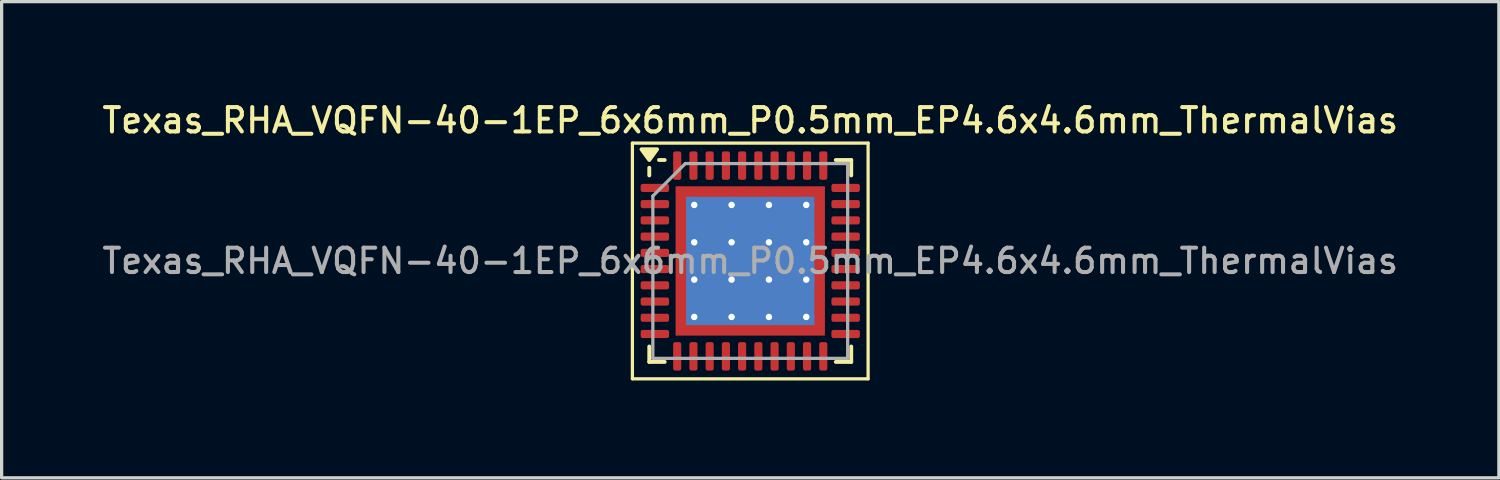
<source format=kicad_pcb>
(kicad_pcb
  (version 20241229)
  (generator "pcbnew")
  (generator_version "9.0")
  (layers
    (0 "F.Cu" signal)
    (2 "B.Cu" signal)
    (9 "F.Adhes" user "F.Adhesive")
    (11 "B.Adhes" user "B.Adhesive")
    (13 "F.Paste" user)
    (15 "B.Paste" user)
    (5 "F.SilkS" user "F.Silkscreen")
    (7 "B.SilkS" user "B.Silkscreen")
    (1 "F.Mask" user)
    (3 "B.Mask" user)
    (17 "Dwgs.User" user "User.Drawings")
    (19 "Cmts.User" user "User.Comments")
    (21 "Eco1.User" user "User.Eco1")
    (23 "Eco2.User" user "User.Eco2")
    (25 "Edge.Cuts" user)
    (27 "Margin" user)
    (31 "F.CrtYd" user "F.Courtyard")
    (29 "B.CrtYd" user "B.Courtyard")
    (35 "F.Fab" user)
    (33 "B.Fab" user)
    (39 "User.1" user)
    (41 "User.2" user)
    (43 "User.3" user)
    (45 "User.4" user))
  (footprint "Texas_RHA_VQFN-40-1EP_6x6mm_P0.5mm_EP4.6x4.6mm_ThermalVias"
    (layer "F.Cu")
    (at 20.059 4.988)
    (property "Reference" "Texas_RHA_VQFN-40-1EP_6x6mm_P0.5mm_EP4.6x4.6mm_ThermalVias" (at 0 -4.33 0) (layer "F.SilkS") (effects (font (size 0.75 0.75) (thickness 0.125))))
    (attr smd)
    (fp_line (start -3.63 -3.63) (end -3.63 3.63) (stroke (width 0.1) (type solid)) (layer "F.SilkS"))
    (fp_line (start -3.63 3.63) (end 3.63 3.63) (stroke (width 0.1) (type solid)) (layer "F.SilkS"))
    (fp_line (start -3.11 -2.635) (end -3.11 -2.87) (stroke (width 0.12) (type solid)) (layer "F.SilkS"))
    (fp_line (start -3.11 3.11) (end -3.11 2.635) (stroke (width 0.12) (type solid)) (layer "F.SilkS"))
    (fp_line (start -2.635 -3.11) (end -2.81 -3.11) (stroke (width 0.12) (type solid)) (layer "F.SilkS"))
    (fp_line (start -2.635 3.11) (end -3.11 3.11) (stroke (width 0.12) (type solid)) (layer "F.SilkS"))
    (fp_line (start 2.635 -3.11) (end 3.11 -3.11) (stroke (width 0.12) (type solid)) (layer "F.SilkS"))
    (fp_line (start 2.635 3.11) (end 3.11 3.11) (stroke (width 0.12) (type solid)) (layer "F.SilkS"))
    (fp_line (start 3.11 -3.11) (end 3.11 -2.635) (stroke (width 0.12) (type solid)) (layer "F.SilkS"))
    (fp_line (start 3.11 3.11) (end 3.11 2.635) (stroke (width 0.12) (type solid)) (layer "F.SilkS"))
    (fp_line (start 3.63 -3.63) (end -3.63 -3.63) (stroke (width 0.1) (type solid)) (layer "F.SilkS"))
    (fp_line (start 3.63 3.63) (end 3.63 -3.63) (stroke (width 0.1) (type solid)) (layer "F.SilkS"))
    (fp_poly (pts (xy -3.11 -3.11) (xy -3.35 -3.44) (xy -2.87 -3.44) (xy -3.11 -3.11)) (stroke (width 0.12) (type solid)) (fill yes) (layer "F.SilkS"))
    (fp_line (start -3 -2) (end -2 -3) (stroke (width 0.1) (type solid)) (layer "F.Fab"))
    (fp_line (start -3 3) (end -3 -2) (stroke (width 0.1) (type solid)) (layer "F.Fab"))
    (fp_line (start -2 -3) (end 3 -3) (stroke (width 0.1) (type solid)) (layer "F.Fab"))
    (fp_line (start 3 -3) (end 3 3) (stroke (width 0.1) (type solid)) (layer "F.Fab"))
    (fp_line (start 3 3) (end -3 3) (stroke (width 0.1) (type solid)) (layer "F.Fab"))
    (fp_text user "${REFERENCE}" (at 0 0 0) (layer "F.Fab") (effects (font (size 0.75 0.75) (thickness 0.125))))
    (pad "" smd custom (at -2.013 -2.013) (size 0.342 0.342) (layers "F.Paste") (options (anchor circle)) (primitives (gr_poly (pts (xy -0.116 -0.116) (xy 0.116 -0.116) (xy 0.116 0.012) (xy 0.012 0.116) (xy -0.116 0.116)) (width 0.232) (fill yes))))
    (pad "" smd custom (at -2.013 -1.15) (size 0.382 0.382) (layers "F.Paste") (options (anchor circle)) (primitives (gr_poly (pts (xy -0.15 -0.382) (xy 0.082 -0.382) (xy 0.15 -0.314) (xy 0.15 0.314) (xy 0.082 0.382) (xy -0.15 0.382)) (width 0.164) (fill yes))))
    (pad "" smd custom (at -2.013 0) (size 0.382 0.382) (layers "F.Paste") (options (anchor circle)) (primitives (gr_poly (pts (xy -0.15 -0.382) (xy 0.082 -0.382) (xy 0.15 -0.314) (xy 0.15 0.314) (xy 0.082 0.382) (xy -0.15 0.382)) (width 0.164) (fill yes))))
    (pad "" smd custom (at -2.013 1.15) (size 0.382 0.382) (layers "F.Paste") (options (anchor circle)) (primitives (gr_poly (pts (xy -0.15 -0.382) (xy 0.082 -0.382) (xy 0.15 -0.314) (xy 0.15 0.314) (xy 0.082 0.382) (xy -0.15 0.382)) (width 0.164) (fill yes))))
    (pad "" smd custom (at -2.013 2.013) (size 0.342 0.342) (layers "F.Paste") (options (anchor circle)) (primitives (gr_poly (pts (xy -0.116 -0.116) (xy 0.012 -0.116) (xy 0.116 -0.012) (xy 0.116 0.116) (xy -0.116 0.116)) (width 0.232) (fill yes))))
    (pad "" smd custom (at -1.15 -2.013) (size 0.382 0.382) (layers "F.Paste") (options (anchor circle)) (primitives (gr_poly (pts (xy -0.382 -0.15) (xy 0.382 -0.15) (xy 0.382 0.082) (xy 0.314 0.15) (xy -0.314 0.15) (xy -0.382 0.082)) (width 0.164) (fill yes))))
    (pad "" smd roundrect (at -1.15 -1.15) (size 0.927 0.927) (layers "F.Paste") (roundrect_rratio 0.25))
    (pad "" smd roundrect (at -1.15 0) (size 0.927 0.927) (layers "F.Paste") (roundrect_rratio 0.25))
    (pad "" smd roundrect (at -1.15 1.15) (size 0.927 0.927) (layers "F.Paste") (roundrect_rratio 0.25))
    (pad "" smd custom (at -1.15 2.013) (size 0.382 0.382) (layers "F.Paste") (options (anchor circle)) (primitives (gr_poly (pts (xy -0.382 -0.082) (xy -0.314 -0.15) (xy 0.314 -0.15) (xy 0.382 -0.082) (xy 0.382 0.15) (xy -0.382 0.15)) (width 0.164) (fill yes))))
    (pad "" smd custom (at 0 -2.013) (size 0.382 0.382) (layers "F.Paste") (options (anchor circle)) (primitives (gr_poly (pts (xy -0.382 -0.15) (xy 0.382 -0.15) (xy 0.382 0.082) (xy 0.314 0.15) (xy -0.314 0.15) (xy -0.382 0.082)) (width 0.164) (fill yes))))
    (pad "" smd roundrect (at 0 -1.15) (size 0.927 0.927) (layers "F.Paste") (roundrect_rratio 0.25))
    (pad "" smd roundrect (at 0 0) (size 0.927 0.927) (layers "F.Paste") (roundrect_rratio 0.25))
    (pad "" smd roundrect (at 0 1.15) (size 0.927 0.927) (layers "F.Paste") (roundrect_rratio 0.25))
    (pad "" smd custom (at 0 2.013) (size 0.382 0.382) (layers "F.Paste") (options (anchor circle)) (primitives (gr_poly (pts (xy -0.382 -0.082) (xy -0.314 -0.15) (xy 0.314 -0.15) (xy 0.382 -0.082) (xy 0.382 0.15) (xy -0.382 0.15)) (width 0.164) (fill yes))))
    (pad "" smd custom (at 1.15 -2.013) (size 0.382 0.382) (layers "F.Paste") (options (anchor circle)) (primitives (gr_poly (pts (xy -0.382 -0.15) (xy 0.382 -0.15) (xy 0.382 0.082) (xy 0.314 0.15) (xy -0.314 0.15) (xy -0.382 0.082)) (width 0.164) (fill yes))))
    (pad "" smd roundrect (at 1.15 -1.15) (size 0.927 0.927) (layers "F.Paste") (roundrect_rratio 0.25))
    (pad "" smd roundrect (at 1.15 0) (size 0.927 0.927) (layers "F.Paste") (roundrect_rratio 0.25))
    (pad "" smd roundrect (at 1.15 1.15) (size 0.927 0.927) (layers "F.Paste") (roundrect_rratio 0.25))
    (pad "" smd custom (at 1.15 2.013) (size 0.382 0.382) (layers "F.Paste") (options (anchor circle)) (primitives (gr_poly (pts (xy -0.382 -0.082) (xy -0.314 -0.15) (xy 0.314 -0.15) (xy 0.382 -0.082) (xy 0.382 0.15) (xy -0.382 0.15)) (width 0.164) (fill yes))))
    (pad "" smd custom (at 2.013 -2.013) (size 0.342 0.342) (layers "F.Paste") (options (anchor circle)) (primitives (gr_poly (pts (xy -0.116 -0.116) (xy 0.116 -0.116) (xy 0.116 0.116) (xy -0.012 0.116) (xy -0.116 0.012)) (width 0.232) (fill yes))))
    (pad "" smd custom (at 2.013 -1.15) (size 0.382 0.382) (layers "F.Paste") (options (anchor circle)) (primitives (gr_poly (pts (xy -0.15 -0.314) (xy -0.082 -0.382) (xy 0.15 -0.382) (xy 0.15 0.382) (xy -0.082 0.382) (xy -0.15 0.314)) (width 0.164) (fill yes))))
    (pad "" smd custom (at 2.013 0) (size 0.382 0.382) (layers "F.Paste") (options (anchor circle)) (primitives (gr_poly (pts (xy -0.15 -0.314) (xy -0.082 -0.382) (xy 0.15 -0.382) (xy 0.15 0.382) (xy -0.082 0.382) (xy -0.15 0.314)) (width 0.164) (fill yes))))
    (pad "" smd custom (at 2.013 1.15) (size 0.382 0.382) (layers "F.Paste") (options (anchor circle)) (primitives (gr_poly (pts (xy -0.15 -0.314) (xy -0.082 -0.382) (xy 0.15 -0.382) (xy 0.15 0.382) (xy -0.082 0.382) (xy -0.15 0.314)) (width 0.164) (fill yes))))
    (pad "" smd custom (at 2.013 2.013) (size 0.342 0.342) (layers "F.Paste") (options (anchor circle)) (primitives (gr_poly (pts (xy -0.116 -0.012) (xy -0.012 -0.116) (xy 0.116 -0.116) (xy 0.116 0.116) (xy -0.116 0.116)) (width 0.232) (fill yes))))
    (pad "1" smd roundrect (at -2.938 -2.25) (size 0.875 0.25) (layers "F.Cu" "F.Mask" "F.Paste") (roundrect_rratio 0.25))
    (pad "2" smd roundrect (at -2.938 -1.75) (size 0.875 0.25) (layers "F.Cu" "F.Mask" "F.Paste") (roundrect_rratio 0.25))
    (pad "3" smd roundrect (at -2.938 -1.25) (size 0.875 0.25) (layers "F.Cu" "F.Mask" "F.Paste") (roundrect_rratio 0.25))
    (pad "4" smd roundrect (at -2.938 -0.75) (size 0.875 0.25) (layers "F.Cu" "F.Mask" "F.Paste") (roundrect_rratio 0.25))
    (pad "5" smd roundrect (at -2.938 -0.25) (size 0.875 0.25) (layers "F.Cu" "F.Mask" "F.Paste") (roundrect_rratio 0.25))
    (pad "6" smd roundrect (at -2.938 0.25) (size 0.875 0.25) (layers "F.Cu" "F.Mask" "F.Paste") (roundrect_rratio 0.25))
    (pad "7" smd roundrect (at -2.938 0.75) (size 0.875 0.25) (layers "F.Cu" "F.Mask" "F.Paste") (roundrect_rratio 0.25))
    (pad "8" smd roundrect (at -2.938 1.25) (size 0.875 0.25) (layers "F.Cu" "F.Mask" "F.Paste") (roundrect_rratio 0.25))
    (pad "9" smd roundrect (at -2.938 1.75) (size 0.875 0.25) (layers "F.Cu" "F.Mask" "F.Paste") (roundrect_rratio 0.25))
    (pad "10" smd roundrect (at -2.938 2.25) (size 0.875 0.25) (layers "F.Cu" "F.Mask" "F.Paste") (roundrect_rratio 0.25))
    (pad "11" smd roundrect (at -2.25 2.938) (size 0.25 0.875) (layers "F.Cu" "F.Mask" "F.Paste") (roundrect_rratio 0.25))
    (pad "12" smd roundrect (at -1.75 2.938) (size 0.25 0.875) (layers "F.Cu" "F.Mask" "F.Paste") (roundrect_rratio 0.25))
    (pad "13" smd roundrect (at -1.25 2.938) (size 0.25 0.875) (layers "F.Cu" "F.Mask" "F.Paste") (roundrect_rratio 0.25))
    (pad "14" smd roundrect (at -0.75 2.938) (size 0.25 0.875) (layers "F.Cu" "F.Mask" "F.Paste") (roundrect_rratio 0.25))
    (pad "15" smd roundrect (at -0.25 2.938) (size 0.25 0.875) (layers "F.Cu" "F.Mask" "F.Paste") (roundrect_rratio 0.25))
    (pad "16" smd roundrect (at 0.25 2.938) (size 0.25 0.875) (layers "F.Cu" "F.Mask" "F.Paste") (roundrect_rratio 0.25))
    (pad "17" smd roundrect (at 0.75 2.938) (size 0.25 0.875) (layers "F.Cu" "F.Mask" "F.Paste") (roundrect_rratio 0.25))
    (pad "18" smd roundrect (at 1.25 2.938) (size 0.25 0.875) (layers "F.Cu" "F.Mask" "F.Paste") (roundrect_rratio 0.25))
    (pad "19" smd roundrect (at 1.75 2.938) (size 0.25 0.875) (layers "F.Cu" "F.Mask" "F.Paste") (roundrect_rratio 0.25))
    (pad "20" smd roundrect (at 2.25 2.938) (size 0.25 0.875) (layers "F.Cu" "F.Mask" "F.Paste") (roundrect_rratio 0.25))
    (pad "21" smd roundrect (at 2.938 2.25) (size 0.875 0.25) (layers "F.Cu" "F.Mask" "F.Paste") (roundrect_rratio 0.25))
    (pad "22" smd roundrect (at 2.938 1.75) (size 0.875 0.25) (layers "F.Cu" "F.Mask" "F.Paste") (roundrect_rratio 0.25))
    (pad "23" smd roundrect (at 2.938 1.25) (size 0.875 0.25) (layers "F.Cu" "F.Mask" "F.Paste") (roundrect_rratio 0.25))
    (pad "24" smd roundrect (at 2.938 0.75) (size 0.875 0.25) (layers "F.Cu" "F.Mask" "F.Paste") (roundrect_rratio 0.25))
    (pad "25" smd roundrect (at 2.938 0.25) (size 0.875 0.25) (layers "F.Cu" "F.Mask" "F.Paste") (roundrect_rratio 0.25))
    (pad "26" smd roundrect (at 2.938 -0.25) (size 0.875 0.25) (layers "F.Cu" "F.Mask" "F.Paste") (roundrect_rratio 0.25))
    (pad "27" smd roundrect (at 2.938 -0.75) (size 0.875 0.25) (layers "F.Cu" "F.Mask" "F.Paste") (roundrect_rratio 0.25))
    (pad "28" smd roundrect (at 2.938 -1.25) (size 0.875 0.25) (layers "F.Cu" "F.Mask" "F.Paste") (roundrect_rratio 0.25))
    (pad "29" smd roundrect (at 2.938 -1.75) (size 0.875 0.25) (layers "F.Cu" "F.Mask" "F.Paste") (roundrect_rratio 0.25))
    (pad "30" smd roundrect (at 2.938 -2.25) (size 0.875 0.25) (layers "F.Cu" "F.Mask" "F.Paste") (roundrect_rratio 0.25))
    (pad "31" smd roundrect (at 2.25 -2.938) (size 0.25 0.875) (layers "F.Cu" "F.Mask" "F.Paste") (roundrect_rratio 0.25))
    (pad "32" smd roundrect (at 1.75 -2.938) (size 0.25 0.875) (layers "F.Cu" "F.Mask" "F.Paste") (roundrect_rratio 0.25))
    (pad "33" smd roundrect (at 1.25 -2.938) (size 0.25 0.875) (layers "F.Cu" "F.Mask" "F.Paste") (roundrect_rratio 0.25))
    (pad "34" smd roundrect (at 0.75 -2.938) (size 0.25 0.875) (layers "F.Cu" "F.Mask" "F.Paste") (roundrect_rratio 0.25))
    (pad "35" smd roundrect (at 0.25 -2.938) (size 0.25 0.875) (layers "F.Cu" "F.Mask" "F.Paste") (roundrect_rratio 0.25))
    (pad "36" smd roundrect (at -0.25 -2.938) (size 0.25 0.875) (layers "F.Cu" "F.Mask" "F.Paste") (roundrect_rratio 0.25))
    (pad "37" smd roundrect (at -0.75 -2.938) (size 0.25 0.875) (layers "F.Cu" "F.Mask" "F.Paste") (roundrect_rratio 0.25))
    (pad "38" smd roundrect (at -1.25 -2.938) (size 0.25 0.875) (layers "F.Cu" "F.Mask" "F.Paste") (roundrect_rratio 0.25))
    (pad "39" smd roundrect (at -1.75 -2.938) (size 0.25 0.875) (layers "F.Cu" "F.Mask" "F.Paste") (roundrect_rratio 0.25))
    (pad "40" smd roundrect (at -2.25 -2.938) (size 0.25 0.875) (layers "F.Cu" "F.Mask" "F.Paste") (roundrect_rratio 0.25))
    (pad "41" thru_hole circle (at -1.725 -1.725) (size 0.5 0.5) (drill 0.2) (property pad_prop_heatsink) (layers "*.Cu"))
    (pad "41" thru_hole circle (at -1.725 -0.575) (size 0.5 0.5) (drill 0.2) (property pad_prop_heatsink) (layers "*.Cu"))
    (pad "41" thru_hole circle (at -1.725 0.575) (size 0.5 0.5) (drill 0.2) (property pad_prop_heatsink) (layers "*.Cu"))
    (pad "41" thru_hole circle (at -1.725 1.725) (size 0.5 0.5) (drill 0.2) (property pad_prop_heatsink) (layers "*.Cu"))
    (pad "41" thru_hole circle (at -0.575 -1.725) (size 0.5 0.5) (drill 0.2) (property pad_prop_heatsink) (layers "*.Cu"))
    (pad "41" thru_hole circle (at -0.575 -0.575) (size 0.5 0.5) (drill 0.2) (property pad_prop_heatsink) (layers "*.Cu"))
    (pad "41" thru_hole circle (at -0.575 0.575) (size 0.5 0.5) (drill 0.2) (property pad_prop_heatsink) (layers "*.Cu"))
    (pad "41" thru_hole circle (at -0.575 1.725) (size 0.5 0.5) (drill 0.2) (property pad_prop_heatsink) (layers "*.Cu"))
    (pad "41" smd rect (at 0 0) (size 3.95 3.95) (property pad_prop_heatsink) (layers "B.Cu"))
    (pad "41" smd rect (at 0 0) (size 4.6 4.6) (property pad_prop_heatsink) (layers "F.Cu" "F.Mask"))
    (pad "41" thru_hole circle (at 0.575 -1.725) (size 0.5 0.5) (drill 0.2) (property pad_prop_heatsink) (layers "*.Cu"))
    (pad "41" thru_hole circle (at 0.575 -0.575) (size 0.5 0.5) (drill 0.2) (property pad_prop_heatsink) (layers "*.Cu"))
    (pad "41" thru_hole circle (at 0.575 0.575) (size 0.5 0.5) (drill 0.2) (property pad_prop_heatsink) (layers "*.Cu"))
    (pad "41" thru_hole circle (at 0.575 1.725) (size 0.5 0.5) (drill 0.2) (property pad_prop_heatsink) (layers "*.Cu"))
    (pad "41" thru_hole circle (at 1.725 -1.725) (size 0.5 0.5) (drill 0.2) (property pad_prop_heatsink) (layers "*.Cu"))
    (pad "41" thru_hole circle (at 1.725 -0.575) (size 0.5 0.5) (drill 0.2) (property pad_prop_heatsink) (layers "*.Cu"))
    (pad "41" thru_hole circle (at 1.725 0.575) (size 0.5 0.5) (drill 0.2) (property pad_prop_heatsink) (layers "*.Cu"))
    (pad "41" thru_hole circle (at 1.725 1.725) (size 0.5 0.5) (drill 0.2) (property pad_prop_heatsink) (layers "*.Cu")))
  (gr_rect
    (start -3 -3)
    (end 43.118 11.668)
    (stroke (width 0.1) (type default))
    (fill no)
    (layer "Edge.Cuts")))
</source>
